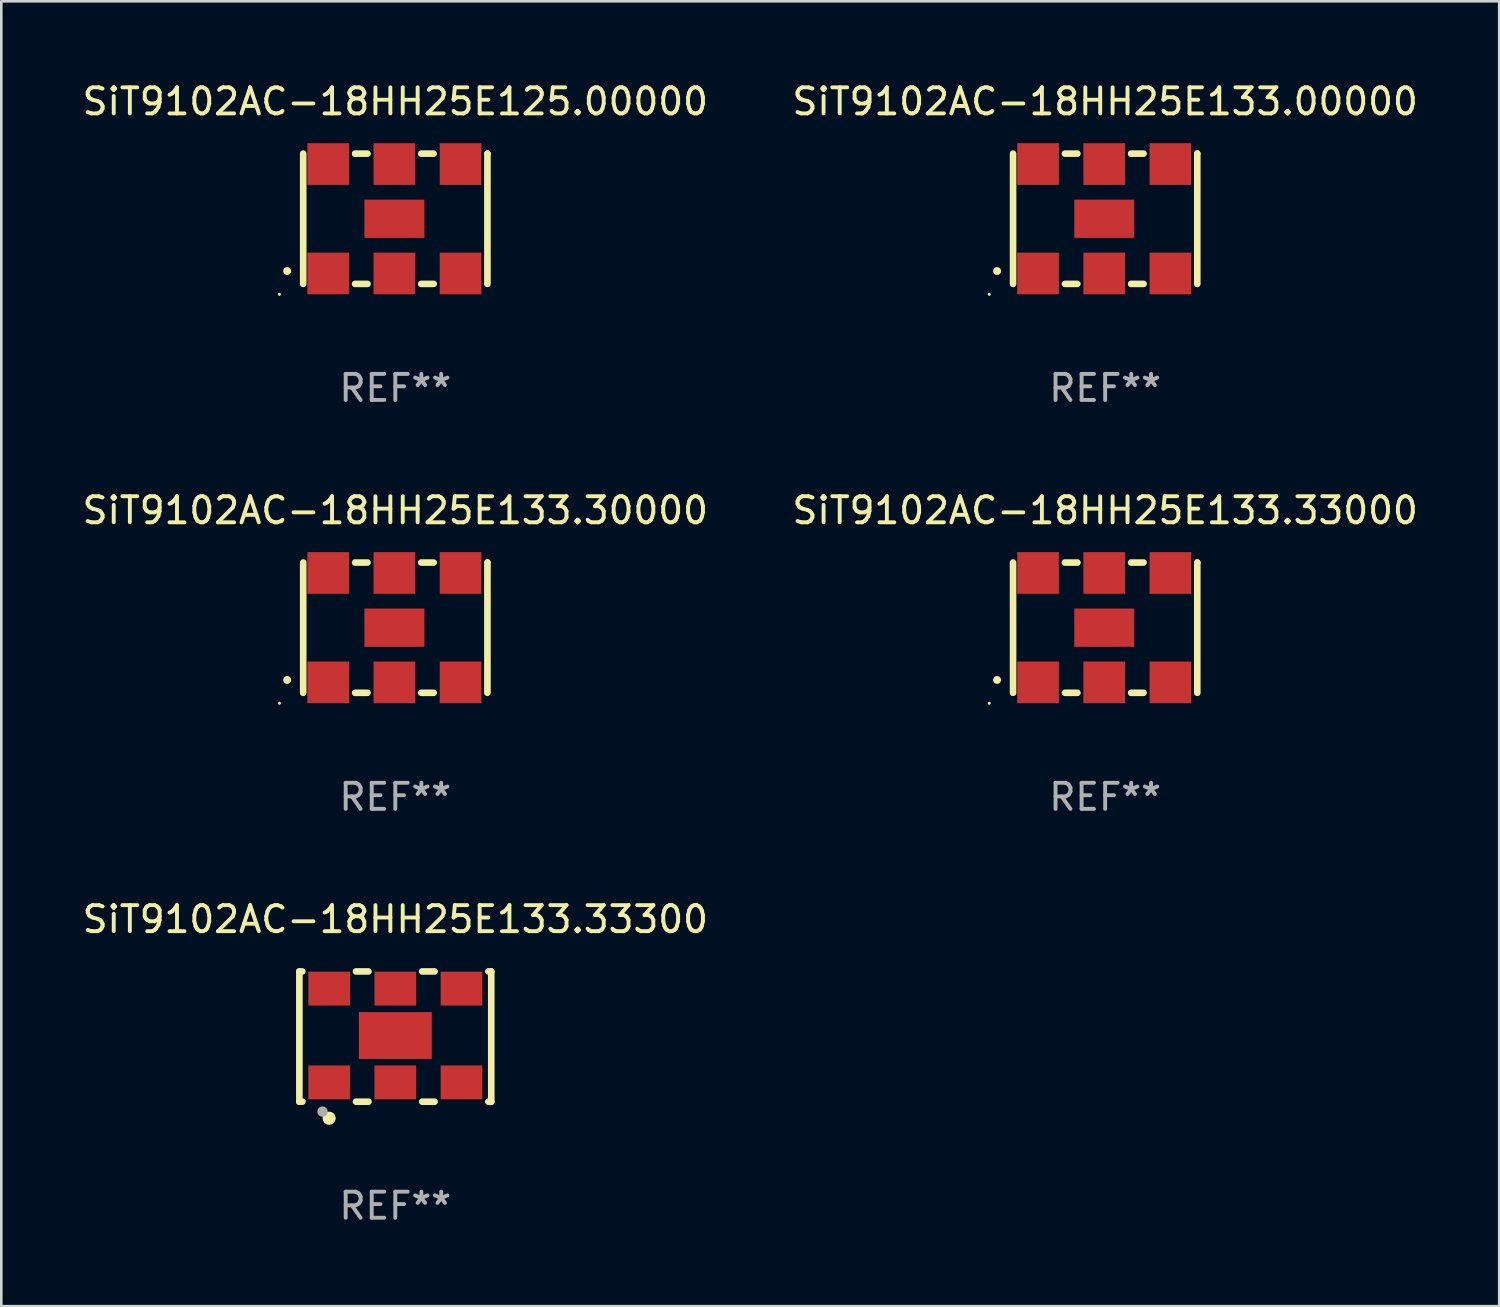
<source format=kicad_pcb>
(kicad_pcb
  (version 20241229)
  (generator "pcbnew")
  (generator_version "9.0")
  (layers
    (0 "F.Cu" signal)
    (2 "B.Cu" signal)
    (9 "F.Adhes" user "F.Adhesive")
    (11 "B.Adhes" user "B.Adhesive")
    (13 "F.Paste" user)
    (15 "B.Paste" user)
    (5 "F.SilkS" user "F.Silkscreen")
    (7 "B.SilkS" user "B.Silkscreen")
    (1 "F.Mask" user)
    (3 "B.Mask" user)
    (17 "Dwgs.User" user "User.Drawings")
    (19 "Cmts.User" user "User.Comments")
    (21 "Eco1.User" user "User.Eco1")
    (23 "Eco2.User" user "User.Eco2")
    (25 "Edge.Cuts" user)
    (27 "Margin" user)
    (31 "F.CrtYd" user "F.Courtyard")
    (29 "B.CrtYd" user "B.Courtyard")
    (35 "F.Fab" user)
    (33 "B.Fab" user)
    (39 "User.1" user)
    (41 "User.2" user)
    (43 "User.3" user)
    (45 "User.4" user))
  (footprint "SiT9102AC-18HH25E133.00000"
    (layer "F.Cu")
    (at 39.375 5.348)
    (property "Reference" "SiT9102AC-18HH25E133.00000" (at 0 -4.5 0) (layer "F.SilkS") (effects (font (size 1 1) (thickness 0.15))))
    (attr through_hole)
    (fp_line (start -3.536 -2.5) (end -3.536 2.5) (stroke (width 0.254) (type solid)) (layer "F.SilkS"))
    (fp_line (start -1.544 2.5) (end -1.067 2.5) (stroke (width 0.254) (type solid)) (layer "F.SilkS"))
    (fp_line (start -1.067 -2.5) (end -1.544 -2.5) (stroke (width 0.254) (type solid)) (layer "F.SilkS"))
    (fp_line (start 0.996 2.5) (end 1.473 2.5) (stroke (width 0.254) (type solid)) (layer "F.SilkS"))
    (fp_line (start 1.473 -2.5) (end 0.996 -2.5) (stroke (width 0.254) (type solid)) (layer "F.SilkS"))
    (fp_line (start 3.536 -2.5) (end 3.536 -2.5) (stroke (width 0.254) (type solid)) (layer "F.SilkS"))
    (fp_line (start 3.536 2.5) (end 3.536 -2.5) (stroke (width 0.254) (type solid)) (layer "F.SilkS"))
    (fp_arc (start -4.150432 2.006604) (mid -4.149162 2.006599) (end -4.147892 2.006604) (stroke (width 0.3) (type solid)) (layer "F.SilkS"))
    (fp_circle (center -4.449 2.9) (end -4.419 2.9) (stroke (width 0.06) (type solid)) (fill no) (layer "F.SilkS"))
    (fp_text user "REF**" (at 0 6.5 0) (layer "F.Fab") (effects (font (size 1 1) (thickness 0.15))))
    (pad "1" smd rect (at -2.576 2.1) (size 1.6 1.6) (layers "F.Cu" "F.Mask" "F.Paste"))
    (pad "2" smd rect (at -0.036 2.1) (size 1.6 1.6) (layers "F.Cu" "F.Mask" "F.Paste"))
    (pad "3" smd rect (at 2.504 2.1) (size 1.6 1.6) (layers "F.Cu" "F.Mask" "F.Paste"))
    (pad "4" smd rect (at 2.504 -2.1) (size 1.6 1.6) (layers "F.Cu" "F.Mask" "F.Paste"))
    (pad "5" smd rect (at -0.036 -2.1) (size 1.6 1.6) (layers "F.Cu" "F.Mask" "F.Paste"))
    (pad "6" smd rect (at -2.576 -2.1) (size 1.6 1.6) (layers "F.Cu" "F.Mask" "F.Paste"))
    (pad "7" smd rect (at -0.036 0) (size 2.3 1.47) (layers "F.Cu" "F.Mask" "F.Paste")))
  (footprint "SiT9102AC-18HH25E133.33000"
    (layer "F.Cu")
    (at 39.375 21.045)
    (property "Reference" "SiT9102AC-18HH25E133.33000" (at 0 -4.5 0) (layer "F.SilkS") (effects (font (size 1 1) (thickness 0.15))))
    (attr through_hole)
    (fp_line (start -3.536 -2.5) (end -3.536 2.5) (stroke (width 0.254) (type solid)) (layer "F.SilkS"))
    (fp_line (start -1.544 2.5) (end -1.067 2.5) (stroke (width 0.254) (type solid)) (layer "F.SilkS"))
    (fp_line (start -1.067 -2.5) (end -1.544 -2.5) (stroke (width 0.254) (type solid)) (layer "F.SilkS"))
    (fp_line (start 0.996 2.5) (end 1.473 2.5) (stroke (width 0.254) (type solid)) (layer "F.SilkS"))
    (fp_line (start 1.473 -2.5) (end 0.996 -2.5) (stroke (width 0.254) (type solid)) (layer "F.SilkS"))
    (fp_line (start 3.536 -2.5) (end 3.536 -2.5) (stroke (width 0.254) (type solid)) (layer "F.SilkS"))
    (fp_line (start 3.536 2.5) (end 3.536 -2.5) (stroke (width 0.254) (type solid)) (layer "F.SilkS"))
    (fp_arc (start -4.150432 2.006604) (mid -4.149162 2.006599) (end -4.147892 2.006604) (stroke (width 0.3) (type solid)) (layer "F.SilkS"))
    (fp_circle (center -4.449 2.9) (end -4.419 2.9) (stroke (width 0.06) (type solid)) (fill no) (layer "F.SilkS"))
    (fp_text user "REF**" (at 0 6.5 0) (layer "F.Fab") (effects (font (size 1 1) (thickness 0.15))))
    (pad "1" smd rect (at -2.576 2.1) (size 1.6 1.6) (layers "F.Cu" "F.Mask" "F.Paste"))
    (pad "2" smd rect (at -0.036 2.1) (size 1.6 1.6) (layers "F.Cu" "F.Mask" "F.Paste"))
    (pad "3" smd rect (at 2.504 2.1) (size 1.6 1.6) (layers "F.Cu" "F.Mask" "F.Paste"))
    (pad "4" smd rect (at 2.504 -2.1) (size 1.6 1.6) (layers "F.Cu" "F.Mask" "F.Paste"))
    (pad "5" smd rect (at -0.036 -2.1) (size 1.6 1.6) (layers "F.Cu" "F.Mask" "F.Paste"))
    (pad "6" smd rect (at -2.576 -2.1) (size 1.6 1.6) (layers "F.Cu" "F.Mask" "F.Paste"))
    (pad "7" smd rect (at -0.036 0) (size 2.3 1.47) (layers "F.Cu" "F.Mask" "F.Paste")))
  (footprint "SiT9102AC-18HH25E133.33300"
    (layer "F.Cu")
    (at 12.125 36.741)
    (property "Reference" "SiT9102AC-18HH25E133.33300" (at 0 -4.5 0) (layer "F.SilkS") (effects (font (size 1 1) (thickness 0.15))))
    (attr through_hole)
    (fp_line (start -3.683 -2.5) (end -3.571 -2.5) (stroke (width 0.254) (type solid)) (layer "F.SilkS"))
    (fp_line (start -3.683 2.5) (end -3.683 -2.5) (stroke (width 0.254) (type solid)) (layer "F.SilkS"))
    (fp_line (start -3.683 2.5) (end -3.571 2.5) (stroke (width 0.254) (type solid)) (layer "F.SilkS"))
    (fp_line (start -1.509 -2.5) (end -1.031 -2.5) (stroke (width 0.254) (type solid)) (layer "F.SilkS"))
    (fp_line (start -1.509 2.5) (end -1.031 2.5) (stroke (width 0.254) (type solid)) (layer "F.SilkS"))
    (fp_line (start 1.031 -2.5) (end 1.509 -2.5) (stroke (width 0.254) (type solid)) (layer "F.SilkS"))
    (fp_line (start 1.031 2.5) (end 1.509 2.5) (stroke (width 0.254) (type solid)) (layer "F.SilkS"))
    (fp_line (start 3.571 -2.5) (end 3.683 -2.5) (stroke (width 0.254) (type solid)) (layer "F.SilkS"))
    (fp_line (start 3.571 2.5) (end 3.683 2.5) (stroke (width 0.254) (type solid)) (layer "F.SilkS"))
    (fp_line (start 3.683 2.5) (end 3.683 -2.5) (stroke (width 0.254) (type solid)) (layer "F.SilkS"))
    (fp_circle (center -3.5 2.46) (end -3.47 2.46) (stroke (width 0.06) (type solid)) (fill no) (layer "F.SilkS"))
    (fp_circle (center -2.54 3.135) (end -2.413 3.135) (stroke (width 0.254) (type solid)) (fill no) (layer "F.SilkS"))
    (fp_circle (center -2.794 2.881) (end -2.694 2.881) (stroke (width 0.2) (type solid)) (fill no) (layer "F.Fab"))
    (fp_text user "REF**" (at 0 6.5 0) (layer "F.Fab") (effects (font (size 1 1) (thickness 0.15))))
    (pad "1" smd rect (at -2.54 1.76) (size 1.6 1.3) (layers "F.Cu" "F.Mask" "F.Paste"))
    (pad "2" smd rect (at 0 1.76) (size 1.6 1.3) (layers "F.Cu" "F.Mask" "F.Paste"))
    (pad "3" smd rect (at 2.54 1.76) (size 1.6 1.3) (layers "F.Cu" "F.Mask" "F.Paste"))
    (pad "4" smd rect (at 2.54 -1.84) (size 1.6 1.3) (layers "F.Cu" "F.Mask" "F.Paste"))
    (pad "5" smd rect (at 0 -1.84) (size 1.6 1.3) (layers "F.Cu" "F.Mask" "F.Paste"))
    (pad "6" smd rect (at -2.54 -1.84) (size 1.6 1.3) (layers "F.Cu" "F.Mask" "F.Paste"))
    (pad "7" smd rect (at 0 -0.04) (size 2.8 1.8) (layers "F.Cu" "F.Mask" "F.Paste")))
  (footprint "SiT9102AC-18HH25E125.00000"
    (layer "F.Cu")
    (at 12.125 5.348)
    (property "Reference" "SiT9102AC-18HH25E125.00000" (at 0 -4.5 0) (layer "F.SilkS") (effects (font (size 1 1) (thickness 0.15))))
    (attr through_hole)
    (fp_line (start -3.536 -2.5) (end -3.536 2.5) (stroke (width 0.254) (type solid)) (layer "F.SilkS"))
    (fp_line (start -1.544 2.5) (end -1.067 2.5) (stroke (width 0.254) (type solid)) (layer "F.SilkS"))
    (fp_line (start -1.067 -2.5) (end -1.544 -2.5) (stroke (width 0.254) (type solid)) (layer "F.SilkS"))
    (fp_line (start 0.996 2.5) (end 1.473 2.5) (stroke (width 0.254) (type solid)) (layer "F.SilkS"))
    (fp_line (start 1.473 -2.5) (end 0.996 -2.5) (stroke (width 0.254) (type solid)) (layer "F.SilkS"))
    (fp_line (start 3.536 -2.5) (end 3.536 -2.5) (stroke (width 0.254) (type solid)) (layer "F.SilkS"))
    (fp_line (start 3.536 2.5) (end 3.536 -2.5) (stroke (width 0.254) (type solid)) (layer "F.SilkS"))
    (fp_arc (start -4.150432 2.006604) (mid -4.149162 2.006599) (end -4.147892 2.006604) (stroke (width 0.3) (type solid)) (layer "F.SilkS"))
    (fp_circle (center -4.449 2.9) (end -4.419 2.9) (stroke (width 0.06) (type solid)) (fill no) (layer "F.SilkS"))
    (fp_text user "REF**" (at 0 6.5 0) (layer "F.Fab") (effects (font (size 1 1) (thickness 0.15))))
    (pad "1" smd rect (at -2.576 2.1) (size 1.6 1.6) (layers "F.Cu" "F.Mask" "F.Paste"))
    (pad "2" smd rect (at -0.036 2.1) (size 1.6 1.6) (layers "F.Cu" "F.Mask" "F.Paste"))
    (pad "3" smd rect (at 2.504 2.1) (size 1.6 1.6) (layers "F.Cu" "F.Mask" "F.Paste"))
    (pad "4" smd rect (at 2.504 -2.1) (size 1.6 1.6) (layers "F.Cu" "F.Mask" "F.Paste"))
    (pad "5" smd rect (at -0.036 -2.1) (size 1.6 1.6) (layers "F.Cu" "F.Mask" "F.Paste"))
    (pad "6" smd rect (at -2.576 -2.1) (size 1.6 1.6) (layers "F.Cu" "F.Mask" "F.Paste"))
    (pad "7" smd rect (at -0.036 0) (size 2.3 1.47) (layers "F.Cu" "F.Mask" "F.Paste")))
  (footprint "SiT9102AC-18HH25E133.30000"
    (layer "F.Cu")
    (at 12.125 21.045)
    (property "Reference" "SiT9102AC-18HH25E133.30000" (at 0 -4.5 0) (layer "F.SilkS") (effects (font (size 1 1) (thickness 0.15))))
    (attr through_hole)
    (fp_line (start -3.536 -2.5) (end -3.536 2.5) (stroke (width 0.254) (type solid)) (layer "F.SilkS"))
    (fp_line (start -1.544 2.5) (end -1.067 2.5) (stroke (width 0.254) (type solid)) (layer "F.SilkS"))
    (fp_line (start -1.067 -2.5) (end -1.544 -2.5) (stroke (width 0.254) (type solid)) (layer "F.SilkS"))
    (fp_line (start 0.996 2.5) (end 1.473 2.5) (stroke (width 0.254) (type solid)) (layer "F.SilkS"))
    (fp_line (start 1.473 -2.5) (end 0.996 -2.5) (stroke (width 0.254) (type solid)) (layer "F.SilkS"))
    (fp_line (start 3.536 -2.5) (end 3.536 -2.5) (stroke (width 0.254) (type solid)) (layer "F.SilkS"))
    (fp_line (start 3.536 2.5) (end 3.536 -2.5) (stroke (width 0.254) (type solid)) (layer "F.SilkS"))
    (fp_arc (start -4.150432 2.006604) (mid -4.149162 2.006599) (end -4.147892 2.006604) (stroke (width 0.3) (type solid)) (layer "F.SilkS"))
    (fp_circle (center -4.449 2.9) (end -4.419 2.9) (stroke (width 0.06) (type solid)) (fill no) (layer "F.SilkS"))
    (fp_text user "REF**" (at 0 6.5 0) (layer "F.Fab") (effects (font (size 1 1) (thickness 0.15))))
    (pad "1" smd rect (at -2.576 2.1) (size 1.6 1.6) (layers "F.Cu" "F.Mask" "F.Paste"))
    (pad "2" smd rect (at -0.036 2.1) (size 1.6 1.6) (layers "F.Cu" "F.Mask" "F.Paste"))
    (pad "3" smd rect (at 2.504 2.1) (size 1.6 1.6) (layers "F.Cu" "F.Mask" "F.Paste"))
    (pad "4" smd rect (at 2.504 -2.1) (size 1.6 1.6) (layers "F.Cu" "F.Mask" "F.Paste"))
    (pad "5" smd rect (at -0.036 -2.1) (size 1.6 1.6) (layers "F.Cu" "F.Mask" "F.Paste"))
    (pad "6" smd rect (at -2.576 -2.1) (size 1.6 1.6) (layers "F.Cu" "F.Mask" "F.Paste"))
    (pad "7" smd rect (at -0.036 0) (size 2.3 1.47) (layers "F.Cu" "F.Mask" "F.Paste")))
  (gr_rect
    (start -3 -3)
    (end 54.5 47.09)
    (stroke (width 0.1) (type default))
    (fill no)
    (layer "Edge.Cuts")))
</source>
